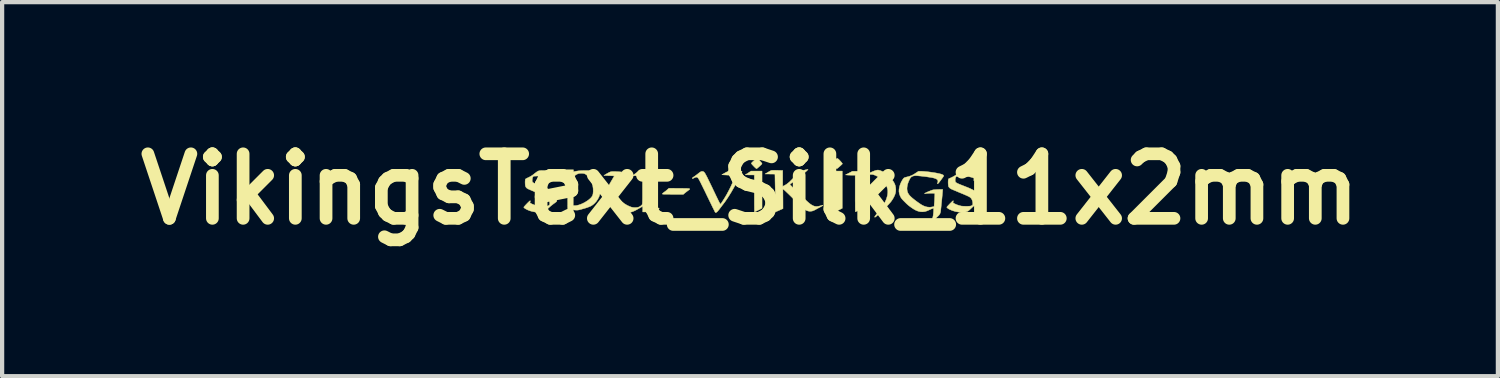
<source format=kicad_pcb>
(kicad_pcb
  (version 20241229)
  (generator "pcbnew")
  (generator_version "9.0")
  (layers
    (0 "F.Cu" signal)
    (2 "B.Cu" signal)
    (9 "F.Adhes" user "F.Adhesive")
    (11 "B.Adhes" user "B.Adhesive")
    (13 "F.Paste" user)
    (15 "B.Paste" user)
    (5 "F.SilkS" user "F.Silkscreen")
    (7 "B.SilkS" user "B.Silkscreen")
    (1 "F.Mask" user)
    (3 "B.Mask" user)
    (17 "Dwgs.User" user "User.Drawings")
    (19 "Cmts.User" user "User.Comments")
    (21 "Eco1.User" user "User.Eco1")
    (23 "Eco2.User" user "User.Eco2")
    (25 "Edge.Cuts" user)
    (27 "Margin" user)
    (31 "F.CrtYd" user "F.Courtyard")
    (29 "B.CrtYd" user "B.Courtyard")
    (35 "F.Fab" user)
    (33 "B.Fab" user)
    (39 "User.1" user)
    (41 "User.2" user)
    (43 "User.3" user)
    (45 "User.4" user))
  (footprint "VikingsText_Silk_11x2mm"
    (layer "F.Cu")
    (at 14.667 1.418)
    (property "Reference" "VikingsText_Silk_11x2mm" (at 0 0 0) (layer "F.SilkS") (effects (font (size 1.524 1.524) (thickness 0.3))))
    (attr through_hole)
    (fp_poly (pts (xy 0.284 -0.427) (xy 0.284 0.452) (xy 0.198 0.495) (xy 0.171 0.509) (xy 0.147 0.521) (xy 0.127 0.53) (xy 0.113 0.536) (xy 0.107 0.538) (xy 0.107 0.538) (xy 0.106 0.533) (xy 0.105 0.518) (xy 0.104 0.493) (xy 0.103 0.457) (xy 0.103 0.412) (xy 0.102 0.356) (xy 0.102 0.29) (xy 0.102 0.214) (xy 0.102 0.128) (xy 0.102 0.102) (xy 0.102 -0.335) (xy -0.006 -0.336) (xy -0.113 -0.338) (xy -0.044 -0.382) (xy 0.024 -0.427) (xy 0.154 -0.427) (xy 0.284 -0.427)) (stroke (width 0.01) (type solid)) (fill yes) (layer "F.SilkS"))
    (fp_poly (pts (xy 2.179 -0.427) (xy 2.179 0.452) (xy 2.093 0.495) (xy 2.066 0.509) (xy 2.042 0.521) (xy 2.023 0.53) (xy 2.01 0.536) (xy 2.004 0.538) (xy 2.004 0.538) (xy 2.004 0.534) (xy 2.003 0.519) (xy 2.003 0.496) (xy 2.003 0.465) (xy 2.002 0.427) (xy 2.002 0.382) (xy 2.002 0.331) (xy 2.002 0.276) (xy 2.002 0.216) (xy 2.002 0.153) (xy 2.002 0.102) (xy 2.002 -0.335) (xy 1.891 -0.335) (xy 1.781 -0.335) (xy 1.921 -0.427) (xy 2.05 -0.427) (xy 2.179 -0.427)) (stroke (width 0.01) (type solid)) (fill yes) (layer "F.SilkS"))
    (fp_poly (pts (xy 0.175 -0.723) (xy 0.188 -0.712) (xy 0.208 -0.693) (xy 0.227 -0.673) (xy 0.245 -0.653) (xy 0.261 -0.635) (xy 0.274 -0.62) (xy 0.281 -0.611) (xy 0.282 -0.609) (xy 0.283 -0.602) (xy 0.28 -0.595) (xy 0.272 -0.585) (xy 0.259 -0.572) (xy 0.226 -0.541) (xy 0.2 -0.518) (xy 0.179 -0.5) (xy 0.165 -0.489) (xy 0.156 -0.483) (xy 0.153 -0.483) (xy 0.147 -0.486) (xy 0.135 -0.496) (xy 0.119 -0.51) (xy 0.1 -0.528) (xy 0.088 -0.541) (xy 0.068 -0.562) (xy 0.051 -0.58) (xy 0.039 -0.595) (xy 0.032 -0.606) (xy 0.03 -0.609) (xy 0.034 -0.616) (xy 0.045 -0.629) (xy 0.06 -0.644) (xy 0.078 -0.661) (xy 0.099 -0.679) (xy 0.119 -0.696) (xy 0.138 -0.71) (xy 0.153 -0.721) (xy 0.164 -0.726) (xy 0.166 -0.726) (xy 0.175 -0.723)) (stroke (width 0.01) (type solid)) (fill yes) (layer "F.SilkS"))
    (fp_poly (pts (xy -1.678 -0.019) (xy -1.62 -0.019) (xy -1.572 -0.018) (xy -1.533 -0.018) (xy -1.501 -0.017) (xy -1.476 -0.016) (xy -1.458 -0.015) (xy -1.445 -0.014) (xy -1.436 -0.013) (xy -1.432 -0.011) (xy -1.431 -0.011) (xy -1.424 -0.004) (xy -1.422 -0.000424) (xy -1.426 0.004) (xy -1.437 0.013) (xy -1.452 0.025) (xy -1.467 0.036) (xy -1.49 0.053) (xy -1.513 0.071) (xy -1.535 0.088) (xy -1.543 0.095) (xy -1.574 0.122) (xy -1.817 0.122) (xy -1.866 0.122) (xy -1.912 0.121) (xy -1.954 0.121) (xy -1.99 0.121) (xy -2.021 0.12) (xy -2.045 0.119) (xy -2.06 0.118) (xy -2.066 0.118) (xy -2.066 0.118) (xy -2.071 0.113) (xy -2.069 0.106) (xy -2.06 0.096) (xy -2.044 0.083) (xy -2.028 0.071) (xy -2.005 0.054) (xy -1.979 0.034) (xy -1.956 0.014) (xy -1.953 0.011) (xy -1.916 -0.021) (xy -1.678 -0.019)) (stroke (width 0.01) (type solid)) (fill yes) (layer "F.SilkS"))
    (fp_poly (pts (xy 2.071 -0.723) (xy 2.084 -0.713) (xy 2.1 -0.699) (xy 2.117 -0.681) (xy 2.135 -0.662) (xy 2.152 -0.643) (xy 2.166 -0.625) (xy 2.177 -0.611) (xy 2.182 -0.601) (xy 2.182 -0.598) (xy 2.177 -0.592) (xy 2.166 -0.581) (xy 2.15 -0.566) (xy 2.132 -0.549) (xy 2.112 -0.532) (xy 2.093 -0.515) (xy 2.075 -0.5) (xy 2.061 -0.489) (xy 2.052 -0.483) (xy 2.05 -0.483) (xy 2.044 -0.486) (xy 2.033 -0.496) (xy 2.017 -0.51) (xy 1.998 -0.528) (xy 1.985 -0.541) (xy 1.966 -0.562) (xy 1.949 -0.58) (xy 1.936 -0.594) (xy 1.928 -0.604) (xy 1.926 -0.607) (xy 1.929 -0.612) (xy 1.939 -0.623) (xy 1.953 -0.638) (xy 1.97 -0.654) (xy 1.972 -0.656) (xy 1.999 -0.68) (xy 2.02 -0.698) (xy 2.035 -0.711) (xy 2.046 -0.72) (xy 2.054 -0.724) (xy 2.06 -0.726) (xy 2.063 -0.726) (xy 2.071 -0.723)) (stroke (width 0.01) (type solid)) (fill yes) (layer "F.SilkS"))
    (fp_poly (pts (xy 3.039 -0.449) (xy 3.065 -0.443) (xy 3.093 -0.433) (xy 3.145 -0.408) (xy 3.198 -0.375) (xy 3.25 -0.335) (xy 3.298 -0.289) (xy 3.321 -0.264) (xy 3.361 -0.216) (xy 3.392 -0.172) (xy 3.415 -0.129) (xy 3.431 -0.086) (xy 3.44 -0.042) (xy 3.444 0.004) (xy 3.444 0.013) (xy 3.442 0.051) (xy 3.437 0.086) (xy 3.427 0.12) (xy 3.412 0.158) (xy 3.401 0.18) (xy 3.384 0.212) (xy 3.366 0.242) (xy 3.346 0.272) (xy 3.323 0.303) (xy 3.295 0.335) (xy 3.263 0.371) (xy 3.225 0.41) (xy 3.181 0.455) (xy 3.171 0.464) (xy 3.125 0.509) (xy 3.086 0.548) (xy 3.052 0.58) (xy 3.025 0.606) (xy 3.002 0.626) (xy 2.984 0.642) (xy 2.97 0.653) (xy 2.959 0.66) (xy 2.952 0.663) (xy 2.947 0.663) (xy 2.944 0.66) (xy 2.943 0.657) (xy 2.945 0.652) (xy 2.949 0.643) (xy 2.957 0.632) (xy 2.969 0.615) (xy 2.985 0.594) (xy 3.007 0.566) (xy 3.033 0.533) (xy 3.075 0.479) (xy 3.111 0.431) (xy 3.141 0.387) (xy 3.166 0.347) (xy 3.187 0.309) (xy 3.205 0.272) (xy 3.22 0.235) (xy 3.228 0.212) (xy 3.246 0.148) (xy 3.254 0.088) (xy 3.254 0.031) (xy 3.243 -0.023) (xy 3.224 -0.077) (xy 3.194 -0.13) (xy 3.155 -0.183) (xy 3.144 -0.196) (xy 3.119 -0.222) (xy 3.093 -0.246) (xy 3.063 -0.268) (xy 3.027 -0.291) (xy 3.015 -0.297) (xy 2.966 -0.323) (xy 2.921 -0.34) (xy 2.88 -0.349) (xy 2.842 -0.349) (xy 2.805 -0.341) (xy 2.801 -0.34) (xy 2.778 -0.328) (xy 2.754 -0.309) (xy 2.728 -0.286) (xy 2.705 -0.26) (xy 2.687 -0.234) (xy 2.68 -0.221) (xy 2.664 -0.191) (xy 2.662 0.14) (xy 2.659 0.47) (xy 2.576 0.501) (xy 2.548 0.512) (xy 2.524 0.52) (xy 2.505 0.527) (xy 2.492 0.532) (xy 2.488 0.533) (xy 2.487 0.528) (xy 2.487 0.514) (xy 2.486 0.491) (xy 2.486 0.46) (xy 2.485 0.422) (xy 2.485 0.377) (xy 2.485 0.327) (xy 2.484 0.271) (xy 2.484 0.212) (xy 2.484 0.148) (xy 2.484 0.102) (xy 2.484 -0.33) (xy 2.412 -0.33) (xy 2.381 -0.33) (xy 2.35 -0.331) (xy 2.321 -0.332) (xy 2.299 -0.333) (xy 2.297 -0.334) (xy 2.255 -0.337) (xy 2.336 -0.379) (xy 2.418 -0.422) (xy 2.667 -0.422) (xy 2.667 -0.358) (xy 2.667 -0.334) (xy 2.668 -0.314) (xy 2.668 -0.3) (xy 2.669 -0.295) (xy 2.669 -0.295) (xy 2.674 -0.297) (xy 2.686 -0.304) (xy 2.702 -0.314) (xy 2.711 -0.319) (xy 2.757 -0.346) (xy 2.804 -0.372) (xy 2.851 -0.395) (xy 2.895 -0.415) (xy 2.936 -0.431) (xy 2.972 -0.443) (xy 2.989 -0.447) (xy 3.015 -0.451) (xy 3.039 -0.449)) (stroke (width 0.01) (type solid)) (fill yes) (layer "F.SilkS"))
    (fp_poly (pts (xy -4.171 -0.457) (xy -4.171 -0.434) (xy -4.17 -0.42) (xy -4.168 -0.414) (xy -4.163 -0.413) (xy -4.162 -0.414) (xy -4.154 -0.415) (xy -4.138 -0.418) (xy -4.116 -0.422) (xy -4.091 -0.427) (xy -4.087 -0.427) (xy -4.056 -0.432) (xy -4.02 -0.435) (xy -3.98 -0.438) (xy -3.939 -0.439) (xy -3.898 -0.44) (xy -3.859 -0.44) (xy -3.823 -0.439) (xy -3.792 -0.437) (xy -3.769 -0.433) (xy -3.757 -0.431) (xy -3.724 -0.415) (xy -3.691 -0.39) (xy -3.659 -0.357) (xy -3.627 -0.317) (xy -3.598 -0.272) (xy -3.572 -0.223) (xy -3.549 -0.17) (xy -3.545 -0.157) (xy -3.538 -0.139) (xy -3.534 -0.124) (xy -3.531 -0.11) (xy -3.529 -0.094) (xy -3.529 -0.075) (xy -3.528 -0.05) (xy -3.528 -0.028) (xy -3.529 0.004) (xy -3.53 0.029) (xy -3.531 0.049) (xy -3.534 0.068) (xy -3.538 0.088) (xy -3.544 0.112) (xy -3.545 0.113) (xy -3.567 0.18) (xy -3.598 0.24) (xy -3.636 0.295) (xy -3.681 0.343) (xy -3.691 0.351) (xy -3.711 0.368) (xy -3.733 0.383) (xy -3.756 0.397) (xy -3.783 0.41) (xy -3.814 0.422) (xy -3.851 0.436) (xy -3.895 0.45) (xy -3.948 0.465) (xy -3.958 0.468) (xy -3.993 0.478) (xy -4.02 0.485) (xy -4.041 0.49) (xy -4.059 0.493) (xy -4.075 0.495) (xy -4.093 0.495) (xy -4.097 0.495) (xy -4.12 0.495) (xy -4.14 0.493) (xy -4.156 0.492) (xy -4.159 0.491) (xy -4.175 0.487) (xy -4.177 0.508) (xy -4.178 0.53) (xy -4.239 0.554) (xy -4.262 0.564) (xy -4.281 0.571) (xy -4.296 0.577) (xy -4.303 0.579) (xy -4.303 0.579) (xy -4.304 0.574) (xy -4.305 0.56) (xy -4.305 0.536) (xy -4.306 0.505) (xy -4.306 0.466) (xy -4.307 0.42) (xy -4.307 0.385) (xy -4.177 0.385) (xy -4.162 0.387) (xy -4.148 0.389) (xy -4.136 0.39) (xy -4.124 0.389) (xy -4.106 0.387) (xy -4.098 0.386) (xy -4.053 0.376) (xy -4.004 0.36) (xy -3.953 0.338) (xy -3.902 0.312) (xy -3.854 0.282) (xy -3.81 0.251) (xy -3.773 0.219) (xy -3.763 0.209) (xy -3.742 0.185) (xy -3.726 0.162) (xy -3.716 0.138) (xy -3.709 0.11) (xy -3.706 0.077) (xy -3.704 0.054) (xy -3.706 -0.018) (xy -3.716 -0.085) (xy -3.734 -0.15) (xy -3.76 -0.211) (xy -3.777 -0.243) (xy -3.793 -0.268) (xy -3.809 -0.289) (xy -3.828 -0.308) (xy -3.845 -0.322) (xy -3.87 -0.342) (xy -3.891 -0.356) (xy -3.909 -0.365) (xy -3.929 -0.37) (xy -3.951 -0.373) (xy -3.98 -0.373) (xy -3.983 -0.373) (xy -4.009 -0.373) (xy -4.028 -0.372) (xy -4.043 -0.37) (xy -4.057 -0.366) (xy -4.074 -0.359) (xy -4.081 -0.356) (xy -4.118 -0.336) (xy -4.147 -0.313) (xy -4.164 -0.291) (xy -4.166 -0.288) (xy -4.167 -0.283) (xy -4.169 -0.276) (xy -4.17 -0.267) (xy -4.171 -0.253) (xy -4.172 -0.236) (xy -4.172 -0.213) (xy -4.173 -0.184) (xy -4.173 -0.149) (xy -4.174 -0.107) (xy -4.174 -0.056) (xy -4.175 0.004) (xy -4.175 0.054) (xy -4.177 0.385) (xy -4.307 0.385) (xy -4.307 0.369) (xy -4.307 0.311) (xy -4.308 0.249) (xy -4.308 0.183) (xy -4.308 0.114) (xy -4.308 0.102) (xy -4.308 -0.376) (xy -4.36 -0.377) (xy -4.386 -0.377) (xy -4.413 -0.378) (xy -4.436 -0.38) (xy -4.444 -0.38) (xy -4.475 -0.384) (xy -4.422 -0.42) (xy -4.37 -0.457) (xy -4.27 -0.457) (xy -4.171 -0.457)) (stroke (width 0.01) (type solid)) (fill yes) (layer "F.SilkS"))
    (fp_poly (pts (xy 1.371 -0.464) (xy 1.371 -0.464) (xy 1.368 -0.46) (xy 1.359 -0.45) (xy 1.344 -0.436) (xy 1.325 -0.418) (xy 1.301 -0.397) (xy 1.276 -0.374) (xy 1.248 -0.35) (xy 1.242 -0.345) (xy 1.184 -0.296) (xy 1.129 -0.251) (xy 1.072 -0.208) (xy 1.016 -0.168) (xy 0.992 -0.151) (xy 0.971 -0.136) (xy 0.955 -0.124) (xy 0.944 -0.115) (xy 0.941 -0.112) (xy 0.944 -0.108) (xy 0.954 -0.097) (xy 0.97 -0.081) (xy 0.991 -0.059) (xy 1.017 -0.033) (xy 1.048 -0.003) (xy 1.081 0.031) (xy 1.118 0.067) (xy 1.154 0.102) (xy 1.206 0.153) (xy 1.251 0.196) (xy 1.29 0.234) (xy 1.325 0.266) (xy 1.354 0.293) (xy 1.38 0.316) (xy 1.403 0.335) (xy 1.423 0.351) (xy 1.442 0.364) (xy 1.459 0.375) (xy 1.476 0.384) (xy 1.493 0.393) (xy 1.494 0.393) (xy 1.531 0.406) (xy 1.573 0.41) (xy 1.62 0.404) (xy 1.657 0.395) (xy 1.687 0.386) (xy 1.708 0.381) (xy 1.72 0.381) (xy 1.722 0.384) (xy 1.715 0.391) (xy 1.699 0.401) (xy 1.674 0.415) (xy 1.66 0.422) (xy 1.632 0.437) (xy 1.603 0.452) (xy 1.576 0.467) (xy 1.555 0.479) (xy 1.511 0.502) (xy 1.47 0.517) (xy 1.431 0.523) (xy 1.392 0.521) (xy 1.36 0.513) (xy 1.338 0.505) (xy 1.313 0.493) (xy 1.297 0.484) (xy 1.283 0.473) (xy 1.264 0.457) (xy 1.24 0.437) (xy 1.215 0.415) (xy 1.189 0.392) (xy 1.166 0.37) (xy 1.145 0.35) (xy 1.13 0.335) (xy 1.126 0.33) (xy 1.119 0.323) (xy 1.106 0.31) (xy 1.088 0.291) (xy 1.064 0.268) (xy 1.037 0.24) (xy 1.007 0.21) (xy 0.974 0.178) (xy 0.955 0.159) (xy 0.911 0.116) (xy 0.874 0.081) (xy 0.844 0.052) (xy 0.82 0.03) (xy 0.803 0.015) (xy 0.792 0.007) (xy 0.787 0.005) (xy 0.776 0.005) (xy 0.778 0.232) (xy 0.779 0.46) (xy 0.698 0.496) (xy 0.671 0.508) (xy 0.648 0.518) (xy 0.629 0.526) (xy 0.616 0.532) (xy 0.611 0.533) (xy 0.608 0.53) (xy 0.606 0.522) (xy 0.605 0.505) (xy 0.604 0.481) (xy 0.604 0.469) (xy 0.604 0.452) (xy 0.604 0.427) (xy 0.603 0.393) (xy 0.603 0.353) (xy 0.602 0.306) (xy 0.601 0.255) (xy 0.6 0.2) (xy 0.599 0.142) (xy 0.597 0.082) (xy 0.597 0.064) (xy 0.596 0.004) (xy 0.594 -0.053) (xy 0.593 -0.107) (xy 0.592 -0.157) (xy 0.591 -0.202) (xy 0.591 -0.241) (xy 0.59 -0.273) (xy 0.59 -0.297) (xy 0.589 -0.313) (xy 0.589 -0.316) (xy 0.589 -0.355) (xy 0.472 -0.357) (xy 0.356 -0.358) (xy 0.421 -0.398) (xy 0.445 -0.412) (xy 0.468 -0.425) (xy 0.487 -0.435) (xy 0.5 -0.441) (xy 0.503 -0.442) (xy 0.516 -0.444) (xy 0.538 -0.445) (xy 0.57 -0.445) (xy 0.612 -0.445) (xy 0.646 -0.444) (xy 0.772 -0.441) (xy 0.772 -0.066) (xy 0.804 -0.082) (xy 0.827 -0.094) (xy 0.849 -0.107) (xy 0.87 -0.121) (xy 0.891 -0.137) (xy 0.914 -0.156) (xy 0.94 -0.178) (xy 0.968 -0.206) (xy 1.001 -0.238) (xy 1.038 -0.276) (xy 1.081 -0.321) (xy 1.085 -0.325) (xy 1.125 -0.365) (xy 1.163 -0.396) (xy 1.2 -0.419) (xy 1.237 -0.436) (xy 1.245 -0.439) (xy 1.262 -0.444) (xy 1.284 -0.449) (xy 1.307 -0.455) (xy 1.33 -0.459) (xy 1.349 -0.463) (xy 1.364 -0.465) (xy 1.371 -0.464)) (stroke (width 0.01) (type solid)) (fill yes) (layer "F.SilkS"))
    (fp_poly (pts (xy -2.355 -0.187) (xy -2.355 -0.13) (xy -2.354 -0.067) (xy -2.353 -0.002) (xy -2.353 0.064) (xy -2.352 0.128) (xy -2.352 0.186) (xy -2.352 0.237) (xy -2.352 0.239) (xy -2.352 0.436) (xy -2.333 0.439) (xy -2.32 0.44) (xy -2.3 0.441) (xy -2.276 0.442) (xy -2.256 0.442) (xy -2.229 0.443) (xy -2.203 0.444) (xy -2.181 0.445) (xy -2.17 0.446) (xy -2.142 0.45) (xy -2.192 0.488) (xy -2.213 0.503) (xy -2.231 0.516) (xy -2.246 0.527) (xy -2.255 0.532) (xy -2.264 0.534) (xy -2.281 0.536) (xy -2.306 0.537) (xy -2.34 0.538) (xy -2.383 0.538) (xy -2.402 0.538) (xy -2.535 0.538) (xy -2.535 0.472) (xy -2.535 0.448) (xy -2.536 0.427) (xy -2.536 0.413) (xy -2.537 0.407) (xy -2.537 0.406) (xy -2.542 0.409) (xy -2.554 0.416) (xy -2.572 0.426) (xy -2.595 0.439) (xy -2.615 0.45) (xy -2.665 0.479) (xy -2.708 0.502) (xy -2.746 0.52) (xy -2.78 0.533) (xy -2.811 0.543) (xy -2.814 0.544) (xy -2.842 0.55) (xy -2.873 0.554) (xy -2.905 0.557) (xy -2.935 0.557) (xy -2.96 0.555) (xy -2.974 0.552) (xy -3.015 0.535) (xy -3.059 0.511) (xy -3.106 0.48) (xy -3.153 0.443) (xy -3.2 0.402) (xy -3.221 0.381) (xy -3.269 0.33) (xy -3.308 0.281) (xy -3.338 0.235) (xy -3.361 0.189) (xy -3.375 0.144) (xy -3.382 0.098) (xy -3.382 0.058) (xy -3.381 0.042) (xy -3.379 0.026) (xy -3.376 0.011) (xy -3.372 -0.004) (xy -3.366 -0.021) (xy -3.358 -0.04) (xy -3.347 -0.063) (xy -3.334 -0.089) (xy -3.316 -0.121) (xy -3.295 -0.159) (xy -3.269 -0.203) (xy -3.241 -0.251) (xy -3.206 -0.312) (xy -3.222 -0.314) (xy -3.232 -0.314) (xy -3.25 -0.315) (xy -3.275 -0.316) (xy -3.305 -0.318) (xy -3.337 -0.319) (xy -3.345 -0.319) (xy -3.452 -0.323) (xy -3.419 -0.344) (xy -3.399 -0.356) (xy -3.374 -0.37) (xy -3.349 -0.384) (xy -3.338 -0.39) (xy -3.315 -0.401) (xy -3.299 -0.408) (xy -3.284 -0.412) (xy -3.268 -0.414) (xy -3.247 -0.416) (xy -3.239 -0.416) (xy -3.221 -0.416) (xy -3.198 -0.416) (xy -3.172 -0.415) (xy -3.143 -0.413) (xy -3.114 -0.412) (xy -3.087 -0.41) (xy -3.063 -0.408) (xy -3.043 -0.406) (xy -3.031 -0.405) (xy -3.028 -0.403) (xy -3.03 -0.398) (xy -3.037 -0.387) (xy -3.047 -0.372) (xy -3.05 -0.367) (xy -3.076 -0.323) (xy -3.103 -0.276) (xy -3.128 -0.228) (xy -3.15 -0.181) (xy -3.17 -0.135) (xy -3.187 -0.093) (xy -3.199 -0.056) (xy -3.207 -0.025) (xy -3.209 0.018) (xy -3.203 0.061) (xy -3.187 0.106) (xy -3.162 0.151) (xy -3.127 0.198) (xy -3.091 0.238) (xy -3.033 0.292) (xy -2.971 0.34) (xy -2.906 0.38) (xy -2.839 0.411) (xy -2.822 0.417) (xy -2.8 0.425) (xy -2.782 0.429) (xy -2.764 0.432) (xy -2.743 0.434) (xy -2.718 0.434) (xy -2.69 0.434) (xy -2.67 0.433) (xy -2.653 0.43) (xy -2.638 0.426) (xy -2.628 0.422) (xy -2.6 0.409) (xy -2.576 0.392) (xy -2.556 0.373) (xy -2.547 0.36) (xy -2.546 0.356) (xy -2.545 0.35) (xy -2.544 0.34) (xy -2.543 0.326) (xy -2.542 0.308) (xy -2.541 0.284) (xy -2.541 0.254) (xy -2.54 0.218) (xy -2.54 0.174) (xy -2.54 0.122) (xy -2.54 0.06) (xy -2.54 0.016) (xy -2.54 -0.315) (xy -2.658 -0.316) (xy -2.776 -0.318) (xy -2.725 -0.355) (xy -2.703 -0.372) (xy -2.684 -0.385) (xy -2.668 -0.395) (xy -2.653 -0.402) (xy -2.637 -0.408) (xy -2.618 -0.411) (xy -2.596 -0.413) (xy -2.568 -0.415) (xy -2.532 -0.415) (xy -2.494 -0.416) (xy -2.359 -0.417) (xy -2.355 -0.187)) (stroke (width 0.01) (type solid)) (fill yes) (layer "F.SilkS"))
    (fp_poly (pts (xy -0.304 -0.427) (xy -0.269 -0.426) (xy -0.239 -0.426) (xy -0.214 -0.426) (xy -0.197 -0.425) (xy -0.189 -0.425) (xy -0.188 -0.424) (xy -0.19 -0.419) (xy -0.196 -0.406) (xy -0.205 -0.387) (xy -0.216 -0.363) (xy -0.229 -0.334) (xy -0.234 -0.324) (xy -0.303 -0.184) (xy -0.374 -0.051) (xy -0.448 0.078) (xy -0.469 0.111) (xy -0.487 0.141) (xy -0.507 0.172) (xy -0.527 0.204) (xy -0.547 0.233) (xy -0.565 0.26) (xy -0.58 0.282) (xy -0.592 0.299) (xy -0.599 0.309) (xy -0.6 0.31) (xy -0.605 0.316) (xy -0.615 0.329) (xy -0.629 0.348) (xy -0.647 0.371) (xy -0.666 0.396) (xy -0.674 0.407) (xy -0.706 0.449) (xy -0.732 0.483) (xy -0.754 0.51) (xy -0.772 0.53) (xy -0.787 0.543) (xy -0.799 0.551) (xy -0.808 0.554) (xy -0.816 0.552) (xy -0.823 0.546) (xy -0.825 0.542) (xy -0.829 0.536) (xy -0.836 0.521) (xy -0.847 0.498) (xy -0.862 0.469) (xy -0.88 0.433) (xy -0.9 0.392) (xy -0.922 0.346) (xy -0.947 0.296) (xy -0.973 0.242) (xy -1 0.186) (xy -1.008 0.17) (xy -1.043 0.097) (xy -1.074 0.033) (xy -1.102 -0.022) (xy -1.125 -0.071) (xy -1.146 -0.112) (xy -1.163 -0.148) (xy -1.178 -0.177) (xy -1.191 -0.201) (xy -1.201 -0.221) (xy -1.21 -0.236) (xy -1.217 -0.248) (xy -1.223 -0.257) (xy -1.229 -0.264) (xy -1.233 -0.269) (xy -1.237 -0.272) (xy -1.241 -0.275) (xy -1.255 -0.282) (xy -1.269 -0.284) (xy -1.286 -0.281) (xy -1.306 -0.272) (xy -1.319 -0.266) (xy -1.339 -0.256) (xy -1.353 -0.251) (xy -1.36 -0.251) (xy -1.362 -0.252) (xy -1.365 -0.258) (xy -1.363 -0.264) (xy -1.356 -0.271) (xy -1.341 -0.282) (xy -1.325 -0.293) (xy -1.307 -0.305) (xy -1.285 -0.321) (xy -1.26 -0.34) (xy -1.235 -0.359) (xy -1.23 -0.363) (xy -1.201 -0.386) (xy -1.178 -0.402) (xy -1.16 -0.413) (xy -1.145 -0.419) (xy -1.131 -0.42) (xy -1.118 -0.419) (xy -1.113 -0.417) (xy -1.106 -0.415) (xy -1.1 -0.413) (xy -1.093 -0.409) (xy -1.087 -0.404) (xy -1.08 -0.397) (xy -1.073 -0.387) (xy -1.064 -0.375) (xy -1.054 -0.358) (xy -1.043 -0.337) (xy -1.029 -0.312) (xy -1.013 -0.281) (xy -0.995 -0.244) (xy -0.974 -0.2) (xy -0.949 -0.15) (xy -0.921 -0.092) (xy -0.889 -0.026) (xy -0.861 0.034) (xy -0.83 0.098) (xy -0.804 0.153) (xy -0.781 0.2) (xy -0.762 0.239) (xy -0.746 0.272) (xy -0.733 0.298) (xy -0.722 0.318) (xy -0.714 0.334) (xy -0.707 0.344) (xy -0.703 0.351) (xy -0.699 0.354) (xy -0.697 0.354) (xy -0.697 0.354) (xy -0.69 0.346) (xy -0.679 0.331) (xy -0.664 0.31) (xy -0.647 0.284) (xy -0.629 0.255) (xy -0.609 0.224) (xy -0.59 0.193) (xy -0.572 0.162) (xy -0.555 0.134) (xy -0.551 0.127) (xy -0.526 0.08) (xy -0.499 0.029) (xy -0.472 -0.024) (xy -0.447 -0.075) (xy -0.425 -0.124) (xy -0.407 -0.164) (xy -0.398 -0.185) (xy -0.388 -0.21) (xy -0.378 -0.235) (xy -0.369 -0.261) (xy -0.36 -0.284) (xy -0.353 -0.303) (xy -0.348 -0.317) (xy -0.347 -0.323) (xy -0.347 -0.323) (xy -0.352 -0.323) (xy -0.366 -0.324) (xy -0.387 -0.325) (xy -0.415 -0.327) (xy -0.447 -0.328) (xy -0.475 -0.33) (xy -0.512 -0.331) (xy -0.547 -0.333) (xy -0.579 -0.335) (xy -0.606 -0.336) (xy -0.626 -0.338) (xy -0.634 -0.338) (xy -0.666 -0.341) (xy -0.603 -0.377) (xy -0.579 -0.391) (xy -0.555 -0.403) (xy -0.535 -0.413) (xy -0.521 -0.419) (xy -0.519 -0.42) (xy -0.508 -0.422) (xy -0.493 -0.424) (xy -0.471 -0.425) (xy -0.442 -0.426) (xy -0.406 -0.426) (xy -0.36 -0.427) (xy -0.342 -0.427) (xy -0.304 -0.427)) (stroke (width 0.01) (type solid)) (fill yes) (layer "F.SilkS"))
    (fp_poly (pts (xy -4.829 -0.439) (xy -4.772 -0.435) (xy -4.714 -0.429) (xy -4.667 -0.422) (xy -4.625 -0.412) (xy -4.593 -0.4) (xy -4.57 -0.386) (xy -4.559 -0.374) (xy -4.554 -0.364) (xy -4.554 -0.356) (xy -4.56 -0.345) (xy -4.566 -0.336) (xy -4.577 -0.322) (xy -4.593 -0.305) (xy -4.612 -0.286) (xy -4.632 -0.266) (xy -4.652 -0.247) (xy -4.67 -0.229) (xy -4.686 -0.216) (xy -4.697 -0.206) (xy -4.703 -0.203) (xy -4.707 -0.207) (xy -4.709 -0.216) (xy -4.708 -0.226) (xy -4.704 -0.231) (xy -4.699 -0.239) (xy -4.701 -0.25) (xy -4.709 -0.26) (xy -4.711 -0.262) (xy -4.727 -0.269) (xy -4.751 -0.278) (xy -4.783 -0.286) (xy -4.819 -0.294) (xy -4.851 -0.3) (xy -4.878 -0.304) (xy -4.905 -0.307) (xy -4.935 -0.309) (xy -4.97 -0.309) (xy -5.003 -0.309) (xy -5.034 -0.309) (xy -5.062 -0.308) (xy -5.085 -0.308) (xy -5.102 -0.306) (xy -5.11 -0.305) (xy -5.124 -0.297) (xy -5.134 -0.279) (xy -5.141 -0.253) (xy -5.145 -0.221) (xy -5.146 -0.2) (xy -5.145 -0.186) (xy -5.142 -0.176) (xy -5.137 -0.168) (xy -5.137 -0.167) (xy -5.127 -0.158) (xy -5.113 -0.148) (xy -5.093 -0.137) (xy -5.066 -0.124) (xy -5.031 -0.11) (xy -4.988 -0.092) (xy -4.94 -0.074) (xy -4.875 -0.048) (xy -4.816 -0.024) (xy -4.765 -0.000479) (xy -4.722 0.021) (xy -4.688 0.041) (xy -4.662 0.058) (xy -4.662 0.058) (xy -4.63 0.089) (xy -4.602 0.125) (xy -4.582 0.163) (xy -4.568 0.203) (xy -4.562 0.242) (xy -4.564 0.27) (xy -4.566 0.281) (xy -4.569 0.289) (xy -4.576 0.298) (xy -4.587 0.307) (xy -4.605 0.32) (xy -4.609 0.323) (xy -4.654 0.356) (xy -4.693 0.387) (xy -4.731 0.419) (xy -4.77 0.455) (xy -4.777 0.461) (xy -4.807 0.489) (xy -4.833 0.51) (xy -4.854 0.524) (xy -4.858 0.526) (xy -4.886 0.536) (xy -4.922 0.542) (xy -4.963 0.546) (xy -5.006 0.547) (xy -5.042 0.545) (xy -5.073 0.541) (xy -5.11 0.534) (xy -5.147 0.526) (xy -5.181 0.517) (xy -5.188 0.515) (xy -5.222 0.503) (xy -5.254 0.49) (xy -5.284 0.475) (xy -5.309 0.461) (xy -5.328 0.448) (xy -5.34 0.436) (xy -5.344 0.427) (xy -5.341 0.421) (xy -5.331 0.409) (xy -5.317 0.393) (xy -5.3 0.374) (xy -5.28 0.353) (xy -5.26 0.332) (xy -5.241 0.313) (xy -5.223 0.296) (xy -5.209 0.284) (xy -5.2 0.276) (xy -5.198 0.275) (xy -5.189 0.276) (xy -5.188 0.284) (xy -5.194 0.297) (xy -5.199 0.308) (xy -5.198 0.318) (xy -5.189 0.328) (xy -5.173 0.339) (xy -5.149 0.351) (xy -5.125 0.361) (xy -5.078 0.379) (xy -5.033 0.391) (xy -4.986 0.399) (xy -4.934 0.404) (xy -4.912 0.405) (xy -4.861 0.405) (xy -4.819 0.403) (xy -4.785 0.398) (xy -4.761 0.39) (xy -4.744 0.379) (xy -4.734 0.365) (xy -4.733 0.361) (xy -4.732 0.344) (xy -4.733 0.32) (xy -4.737 0.293) (xy -4.744 0.267) (xy -4.751 0.248) (xy -4.766 0.222) (xy -4.79 0.198) (xy -4.819 0.177) (xy -4.83 0.171) (xy -4.841 0.166) (xy -4.86 0.157) (xy -4.885 0.146) (xy -4.917 0.133) (xy -4.952 0.118) (xy -4.992 0.102) (xy -5.033 0.084) (xy -5.035 0.083) (xy -5.077 0.066) (xy -5.117 0.049) (xy -5.153 0.034) (xy -5.185 0.02) (xy -5.212 0.008) (xy -5.232 -0.001) (xy -5.244 -0.006) (xy -5.244 -0.006) (xy -5.27 -0.022) (xy -5.288 -0.039) (xy -5.3 -0.059) (xy -5.308 -0.086) (xy -5.309 -0.092) (xy -5.311 -0.112) (xy -5.312 -0.136) (xy -5.313 -0.162) (xy -5.312 -0.188) (xy -5.31 -0.211) (xy -5.308 -0.228) (xy -5.307 -0.234) (xy -5.305 -0.237) (xy -5.301 -0.241) (xy -5.295 -0.245) (xy -5.285 -0.251) (xy -5.269 -0.259) (xy -5.246 -0.27) (xy -5.217 -0.284) (xy -5.184 -0.301) (xy -5.151 -0.322) (xy -5.116 -0.347) (xy -5.103 -0.358) (xy -5.072 -0.382) (xy -5.048 -0.4) (xy -5.028 -0.414) (xy -5.012 -0.424) (xy -4.996 -0.43) (xy -4.98 -0.435) (xy -4.961 -0.437) (xy -4.939 -0.439) (xy -4.93 -0.439) (xy -4.883 -0.44) (xy -4.829 -0.439)) (stroke (width 0.01) (type solid)) (fill yes) (layer "F.SilkS"))
    (fp_poly (pts (xy 5.144 -0.439) (xy 5.19 -0.437) (xy 5.237 -0.433) (xy 5.284 -0.428) (xy 5.325 -0.422) (xy 5.367 -0.412) (xy 5.4 -0.4) (xy 5.423 -0.385) (xy 5.433 -0.374) (xy 5.438 -0.364) (xy 5.438 -0.356) (xy 5.433 -0.345) (xy 5.426 -0.335) (xy 5.414 -0.321) (xy 5.398 -0.304) (xy 5.379 -0.284) (xy 5.359 -0.264) (xy 5.34 -0.245) (xy 5.321 -0.228) (xy 5.306 -0.214) (xy 5.295 -0.206) (xy 5.29 -0.203) (xy 5.285 -0.206) (xy 5.285 -0.215) (xy 5.285 -0.216) (xy 5.289 -0.231) (xy 5.291 -0.241) (xy 5.291 -0.251) (xy 5.283 -0.26) (xy 5.267 -0.269) (xy 5.243 -0.277) (xy 5.21 -0.286) (xy 5.207 -0.287) (xy 5.167 -0.295) (xy 5.131 -0.302) (xy 5.097 -0.306) (xy 5.061 -0.308) (xy 5.02 -0.309) (xy 4.978 -0.309) (xy 4.944 -0.308) (xy 4.92 -0.308) (xy 4.902 -0.307) (xy 4.89 -0.305) (xy 4.882 -0.303) (xy 4.876 -0.3) (xy 4.871 -0.296) (xy 4.87 -0.295) (xy 4.86 -0.28) (xy 4.852 -0.259) (xy 4.847 -0.234) (xy 4.846 -0.209) (xy 4.848 -0.186) (xy 4.854 -0.169) (xy 4.856 -0.167) (xy 4.864 -0.159) (xy 4.876 -0.15) (xy 4.893 -0.14) (xy 4.915 -0.13) (xy 4.944 -0.117) (xy 4.981 -0.102) (xy 5.026 -0.084) (xy 5.047 -0.076) (xy 5.085 -0.061) (xy 5.126 -0.045) (xy 5.165 -0.029) (xy 5.201 -0.013) (xy 5.231 0.001) (xy 5.242 0.006) (xy 5.271 0.021) (xy 5.294 0.033) (xy 5.311 0.043) (xy 5.326 0.054) (xy 5.34 0.067) (xy 5.351 0.078) (xy 5.386 0.118) (xy 5.411 0.161) (xy 5.426 0.205) (xy 5.431 0.25) (xy 5.429 0.27) (xy 5.425 0.286) (xy 5.415 0.299) (xy 5.399 0.313) (xy 5.389 0.32) (xy 5.339 0.356) (xy 5.295 0.39) (xy 5.252 0.427) (xy 5.215 0.462) (xy 5.188 0.487) (xy 5.166 0.506) (xy 5.146 0.52) (xy 5.128 0.529) (xy 5.108 0.536) (xy 5.085 0.54) (xy 5.06 0.544) (xy 5.027 0.547) (xy 4.998 0.548) (xy 4.969 0.546) (xy 4.936 0.543) (xy 4.855 0.529) (xy 4.776 0.505) (xy 4.712 0.477) (xy 4.691 0.466) (xy 4.672 0.453) (xy 4.658 0.441) (xy 4.649 0.43) (xy 4.648 0.426) (xy 4.652 0.42) (xy 4.661 0.409) (xy 4.675 0.393) (xy 4.693 0.374) (xy 4.712 0.354) (xy 4.732 0.333) (xy 4.752 0.314) (xy 4.769 0.297) (xy 4.784 0.284) (xy 4.793 0.276) (xy 4.796 0.274) (xy 4.804 0.277) (xy 4.804 0.284) (xy 4.797 0.298) (xy 4.792 0.306) (xy 4.793 0.313) (xy 4.799 0.321) (xy 4.803 0.325) (xy 4.817 0.336) (xy 4.84 0.348) (xy 4.869 0.361) (xy 4.902 0.374) (xy 4.938 0.385) (xy 4.956 0.39) (xy 4.974 0.395) (xy 4.991 0.399) (xy 5.007 0.401) (xy 5.026 0.402) (xy 5.048 0.403) (xy 5.077 0.404) (xy 5.103 0.404) (xy 5.137 0.404) (xy 5.163 0.403) (xy 5.183 0.402) (xy 5.197 0.401) (xy 5.209 0.399) (xy 5.219 0.395) (xy 5.228 0.392) (xy 5.244 0.385) (xy 5.253 0.379) (xy 5.258 0.372) (xy 5.26 0.36) (xy 5.261 0.358) (xy 5.262 0.327) (xy 5.257 0.293) (xy 5.247 0.26) (xy 5.233 0.231) (xy 5.216 0.209) (xy 5.208 0.202) (xy 5.199 0.194) (xy 5.189 0.187) (xy 5.176 0.179) (xy 5.16 0.171) (xy 5.139 0.161) (xy 5.114 0.149) (xy 5.082 0.136) (xy 5.044 0.119) (xy 4.997 0.1) (xy 4.954 0.082) (xy 4.913 0.065) (xy 4.874 0.048) (xy 4.838 0.033) (xy 4.806 0.02) (xy 4.781 0.009) (xy 4.762 0.00046) (xy 4.751 -0.004) (xy 4.75 -0.005) (xy 4.724 -0.021) (xy 4.704 -0.04) (xy 4.691 -0.059) (xy 4.689 -0.065) (xy 4.685 -0.086) (xy 4.682 -0.113) (xy 4.68 -0.143) (xy 4.68 -0.173) (xy 4.681 -0.199) (xy 4.683 -0.214) (xy 4.689 -0.243) (xy 4.746 -0.269) (xy 4.777 -0.284) (xy 4.803 -0.297) (xy 4.827 -0.311) (xy 4.85 -0.326) (xy 4.875 -0.345) (xy 4.905 -0.369) (xy 4.91 -0.373) (xy 4.932 -0.39) (xy 4.952 -0.405) (xy 4.97 -0.418) (xy 4.982 -0.426) (xy 4.983 -0.427) (xy 5.001 -0.432) (xy 5.028 -0.437) (xy 5.062 -0.439) (xy 5.101 -0.44) (xy 5.144 -0.439)) (stroke (width 0.01) (type solid)) (fill yes) (layer "F.SilkS"))
    (fp_poly (pts (xy 4.073 -0.421) (xy 4.118 -0.418) (xy 4.167 -0.413) (xy 4.219 -0.408) (xy 4.272 -0.401) (xy 4.325 -0.393) (xy 4.376 -0.385) (xy 4.424 -0.376) (xy 4.466 -0.367) (xy 4.503 -0.358) (xy 4.531 -0.349) (xy 4.541 -0.345) (xy 4.561 -0.335) (xy 4.572 -0.324) (xy 4.574 -0.313) (xy 4.569 -0.3) (xy 4.561 -0.288) (xy 4.548 -0.27) (xy 4.532 -0.248) (xy 4.515 -0.224) (xy 4.497 -0.2) (xy 4.48 -0.178) (xy 4.466 -0.159) (xy 4.456 -0.146) (xy 4.453 -0.144) (xy 4.442 -0.133) (xy 4.433 -0.128) (xy 4.427 -0.128) (xy 4.426 -0.134) (xy 4.427 -0.136) (xy 4.436 -0.166) (xy 4.439 -0.191) (xy 4.433 -0.211) (xy 4.419 -0.228) (xy 4.397 -0.243) (xy 4.365 -0.256) (xy 4.347 -0.261) (xy 4.325 -0.267) (xy 4.295 -0.273) (xy 4.259 -0.279) (xy 4.219 -0.285) (xy 4.175 -0.292) (xy 4.13 -0.298) (xy 4.085 -0.303) (xy 4.041 -0.308) (xy 3.999 -0.312) (xy 3.962 -0.316) (xy 3.931 -0.318) (xy 3.908 -0.318) (xy 3.895 -0.318) (xy 3.858 -0.311) (xy 3.828 -0.3) (xy 3.804 -0.283) (xy 3.785 -0.26) (xy 3.773 -0.24) (xy 3.743 -0.176) (xy 3.722 -0.114) (xy 3.711 -0.055) (xy 3.708 -0.014) (xy 3.71 0.016) (xy 3.714 0.045) (xy 3.722 0.072) (xy 3.734 0.098) (xy 3.75 0.124) (xy 3.772 0.152) (xy 3.8 0.18) (xy 3.834 0.211) (xy 3.875 0.244) (xy 3.923 0.281) (xy 3.98 0.322) (xy 3.993 0.331) (xy 4.045 0.366) (xy 4.093 0.392) (xy 4.139 0.41) (xy 4.184 0.422) (xy 4.229 0.426) (xy 4.242 0.427) (xy 4.257 0.426) (xy 4.277 0.424) (xy 4.299 0.42) (xy 4.319 0.417) (xy 4.336 0.413) (xy 4.346 0.41) (xy 4.348 0.409) (xy 4.349 0.403) (xy 4.35 0.389) (xy 4.351 0.367) (xy 4.353 0.339) (xy 4.356 0.306) (xy 4.358 0.269) (xy 4.359 0.256) (xy 4.361 0.209) (xy 4.363 0.172) (xy 4.364 0.144) (xy 4.365 0.123) (xy 4.364 0.11) (xy 4.363 0.102) (xy 4.362 0.1) (xy 4.354 0.099) (xy 4.338 0.098) (xy 4.316 0.097) (xy 4.29 0.097) (xy 4.261 0.097) (xy 4.232 0.098) (xy 4.204 0.099) (xy 4.18 0.101) (xy 4.169 0.102) (xy 4.148 0.104) (xy 4.132 0.105) (xy 4.123 0.105) (xy 4.121 0.105) (xy 4.124 0.101) (xy 4.134 0.095) (xy 4.151 0.086) (xy 4.173 0.075) (xy 4.198 0.064) (xy 4.225 0.053) (xy 4.252 0.042) (xy 4.278 0.032) (xy 4.301 0.024) (xy 4.319 0.018) (xy 4.321 0.018) (xy 4.334 0.015) (xy 4.355 0.013) (xy 4.382 0.011) (xy 4.413 0.009) (xy 4.446 0.008) (xy 4.449 0.008) (xy 4.484 0.006) (xy 4.511 0.006) (xy 4.53 0.006) (xy 4.542 0.007) (xy 4.549 0.008) (xy 4.552 0.01) (xy 4.552 0.011) (xy 4.551 0.02) (xy 4.55 0.037) (xy 4.548 0.063) (xy 4.545 0.094) (xy 4.542 0.131) (xy 4.538 0.172) (xy 4.534 0.216) (xy 4.529 0.262) (xy 4.525 0.307) (xy 4.52 0.352) (xy 4.516 0.395) (xy 4.512 0.435) (xy 4.508 0.47) (xy 4.505 0.5) (xy 4.503 0.522) (xy 4.501 0.537) (xy 4.5 0.541) (xy 4.49 0.572) (xy 4.475 0.6) (xy 4.452 0.627) (xy 4.433 0.645) (xy 4.414 0.662) (xy 4.392 0.683) (xy 4.369 0.707) (xy 4.348 0.73) (xy 4.348 0.73) (xy 4.324 0.756) (xy 4.306 0.775) (xy 4.293 0.786) (xy 4.286 0.79) (xy 4.283 0.788) (xy 4.282 0.787) (xy 4.284 0.78) (xy 4.288 0.765) (xy 4.294 0.746) (xy 4.3 0.726) (xy 4.309 0.697) (xy 4.317 0.666) (xy 4.323 0.637) (xy 4.326 0.624) (xy 4.329 0.598) (xy 4.332 0.57) (xy 4.335 0.541) (xy 4.336 0.513) (xy 4.337 0.488) (xy 4.337 0.468) (xy 4.335 0.456) (xy 4.334 0.453) (xy 4.331 0.451) (xy 4.323 0.453) (xy 4.31 0.457) (xy 4.29 0.465) (xy 4.263 0.477) (xy 4.252 0.482) (xy 4.213 0.5) (xy 4.18 0.514) (xy 4.153 0.523) (xy 4.128 0.53) (xy 4.103 0.533) (xy 4.078 0.535) (xy 4.067 0.535) (xy 4.028 0.533) (xy 3.99 0.526) (xy 3.952 0.514) (xy 3.912 0.497) (xy 3.869 0.473) (xy 3.823 0.443) (xy 3.771 0.406) (xy 3.771 0.405) (xy 3.746 0.386) (xy 3.719 0.363) (xy 3.69 0.336) (xy 3.662 0.308) (xy 3.634 0.28) (xy 3.609 0.254) (xy 3.588 0.23) (xy 3.573 0.211) (xy 3.567 0.202) (xy 3.542 0.152) (xy 3.526 0.103) (xy 3.518 0.054) (xy 3.52 0.003) (xy 3.521 -0.004) (xy 3.532 -0.061) (xy 3.55 -0.119) (xy 3.575 -0.175) (xy 3.606 -0.227) (xy 3.607 -0.229) (xy 3.62 -0.247) (xy 3.631 -0.26) (xy 3.644 -0.269) (xy 3.66 -0.276) (xy 3.682 -0.282) (xy 3.693 -0.285) (xy 3.734 -0.295) (xy 3.769 -0.305) (xy 3.799 -0.316) (xy 3.827 -0.328) (xy 3.856 -0.343) (xy 3.888 -0.362) (xy 3.925 -0.387) (xy 3.926 -0.387) (xy 3.979 -0.422) (xy 4.034 -0.422) (xy 4.073 -0.421)) (stroke (width 0.01) (type solid)) (fill yes) (layer "F.SilkS")))
  (gr_rect
    (start -3 -3)
    (end 32.333 5.836)
    (stroke (width 0.1) (type default))
    (fill no)
    (layer "Edge.Cuts")))
</source>
